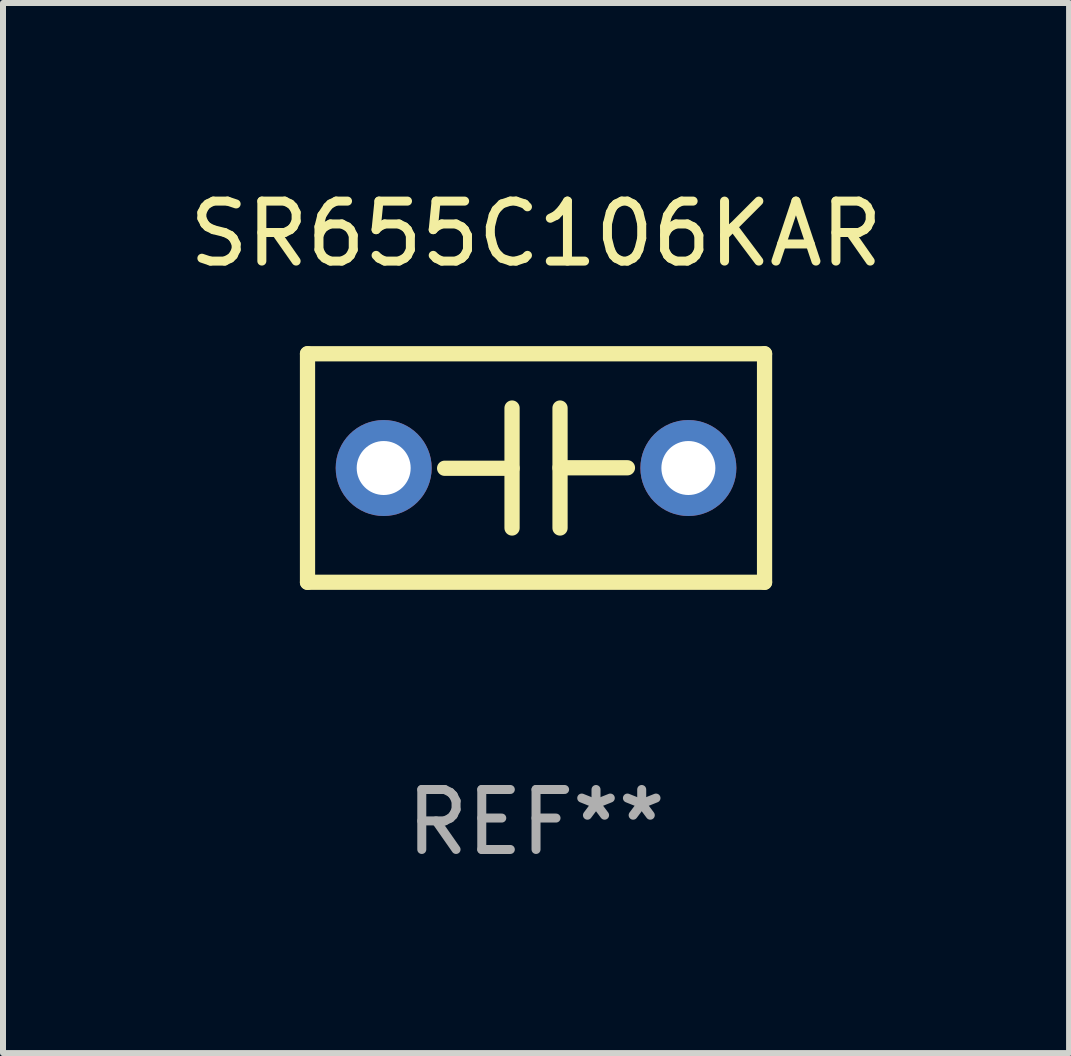
<source format=kicad_pcb>
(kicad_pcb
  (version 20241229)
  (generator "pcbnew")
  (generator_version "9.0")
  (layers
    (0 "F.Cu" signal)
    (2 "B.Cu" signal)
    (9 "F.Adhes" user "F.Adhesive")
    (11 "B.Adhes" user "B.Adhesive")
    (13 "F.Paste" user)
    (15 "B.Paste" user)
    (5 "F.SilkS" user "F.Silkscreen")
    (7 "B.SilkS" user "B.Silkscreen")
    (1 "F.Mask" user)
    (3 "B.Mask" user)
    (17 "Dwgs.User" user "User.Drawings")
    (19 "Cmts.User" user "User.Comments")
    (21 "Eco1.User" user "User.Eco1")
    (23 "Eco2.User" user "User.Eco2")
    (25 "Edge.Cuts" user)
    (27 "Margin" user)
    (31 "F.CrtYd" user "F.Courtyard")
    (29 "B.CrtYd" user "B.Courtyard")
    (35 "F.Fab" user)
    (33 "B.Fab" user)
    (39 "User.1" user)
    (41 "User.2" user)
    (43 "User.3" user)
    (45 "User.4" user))
  (footprint "SR655C106KAR"
    (layer "F.Cu")
    (at 5.887 4.753)
    (property "Reference" "SR655C106KAR" (at 0 -3.905 0) (layer "F.SilkS") (effects (font (size 1 1) (thickness 0.15))))
    (attr through_hole)
    (fp_line (start -3.81 -1.905) (end 3.81 -1.905) (stroke (width 0.254) (type solid)) (layer "F.SilkS"))
    (fp_line (start -3.81 1.905) (end -3.81 -1.905) (stroke (width 0.254) (type solid)) (layer "F.SilkS"))
    (fp_line (start -0.4 -1) (end -0.4 1) (stroke (width 0.254) (type solid)) (layer "F.SilkS"))
    (fp_line (start -0.4 0.004) (end -1.524 0.004) (stroke (width 0.254) (type solid)) (layer "F.SilkS"))
    (fp_line (start 0.4 -0.004) (end 1.524 -0.004) (stroke (width 0.254) (type solid)) (layer "F.SilkS"))
    (fp_line (start 0.4 1) (end 0.4 -1) (stroke (width 0.254) (type solid)) (layer "F.SilkS"))
    (fp_line (start 3.81 -1.905) (end 3.81 1.905) (stroke (width 0.254) (type solid)) (layer "F.SilkS"))
    (fp_line (start 3.81 1.905) (end -3.81 1.905) (stroke (width 0.254) (type solid)) (layer "F.SilkS"))
    (fp_circle (center -3.8 1.9) (end -3.77 1.9) (stroke (width 0.06) (type solid)) (fill no) (layer "F.SilkS"))
    (fp_text user "REF**" (at 0 5.905 0) (layer "F.Fab") (effects (font (size 1 1) (thickness 0.15))))
    (pad "1" thru_hole circle (at -2.54 0) (size 1.6 1.6) (drill 0.9) (layers "*.Cu" "*.Mask"))
    (pad "2" thru_hole circle (at 2.54 0) (size 1.6 1.6) (drill 0.9) (layers "*.Cu" "*.Mask")))
  (gr_rect
    (start -3 -3)
    (end 14.774 14.507)
    (stroke (width 0.1) (type default))
    (fill no)
    (layer "Edge.Cuts")))
</source>
